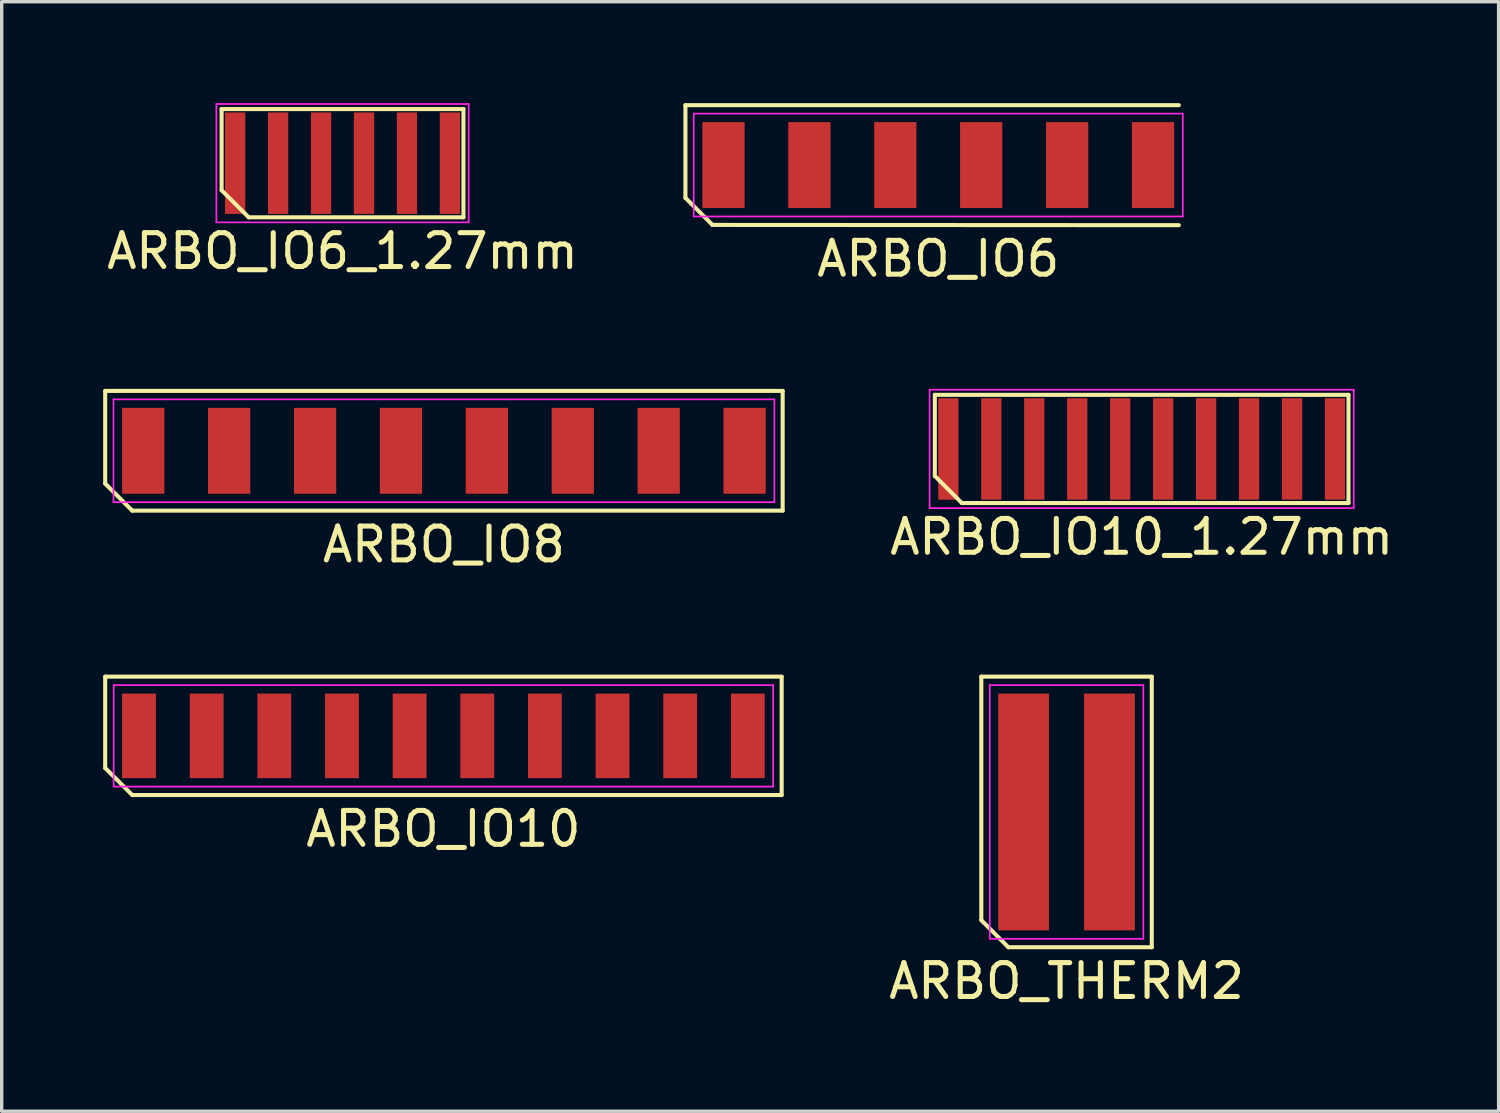
<source format=kicad_pcb>
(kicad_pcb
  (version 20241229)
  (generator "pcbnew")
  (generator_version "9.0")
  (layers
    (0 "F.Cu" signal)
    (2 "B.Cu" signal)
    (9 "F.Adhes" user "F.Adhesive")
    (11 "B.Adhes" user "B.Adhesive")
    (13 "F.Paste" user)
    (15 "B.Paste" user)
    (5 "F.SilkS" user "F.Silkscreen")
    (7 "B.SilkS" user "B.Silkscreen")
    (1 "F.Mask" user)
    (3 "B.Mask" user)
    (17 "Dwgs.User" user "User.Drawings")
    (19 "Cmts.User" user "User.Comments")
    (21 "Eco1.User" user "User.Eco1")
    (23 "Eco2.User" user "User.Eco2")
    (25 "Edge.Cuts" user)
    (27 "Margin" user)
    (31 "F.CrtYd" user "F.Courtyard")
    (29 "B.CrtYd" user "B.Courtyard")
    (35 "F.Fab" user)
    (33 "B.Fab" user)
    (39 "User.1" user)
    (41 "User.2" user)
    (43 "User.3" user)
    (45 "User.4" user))
  (footprint "ARBO_IO6_1.27mm"
    (layer "F.Cu")
    (at 7.077 1.775)
    (property "Reference" "ARBO_IO6_1.27mm" (at 0 2.6 0) (layer "F.SilkS") (effects (font (size 1 1) (thickness 0.15))))
    (attr smd)
    (fp_line (start -3.575 -1.6) (end 3.575 -1.6) (stroke (width 0.12) (type solid)) (layer "F.SilkS"))
    (fp_line (start -3.575 0.8) (end -3.575 -1.6) (stroke (width 0.12) (type solid)) (layer "F.SilkS"))
    (fp_line (start -2.775 1.6) (end -3.575 0.8) (stroke (width 0.12) (type solid)) (layer "F.SilkS"))
    (fp_line (start 3.575 -1.6) (end 3.575 1.6) (stroke (width 0.12) (type solid)) (layer "F.SilkS"))
    (fp_line (start 3.575 1.6) (end -2.775 1.6) (stroke (width 0.12) (type solid)) (layer "F.SilkS"))
    (fp_line (start -3.73 -1.75) (end 3.73 -1.75) (stroke (width 0.05) (type solid)) (layer "F.CrtYd"))
    (fp_line (start -3.73 1.75) (end -3.73 -1.75) (stroke (width 0.05) (type solid)) (layer "F.CrtYd"))
    (fp_line (start 3.73 -1.75) (end 3.73 1.75) (stroke (width 0.05) (type solid)) (layer "F.CrtYd"))
    (fp_line (start 3.73 1.75) (end -3.73 1.75) (stroke (width 0.05) (type solid)) (layer "F.CrtYd"))
    (pad "1" smd rect (at -3.175 0) (size 0.6 3) (layers "F.Cu" "F.Mask" "F.Paste"))
    (pad "2" smd rect (at -1.905 0) (size 0.6 3) (layers "F.Cu" "F.Mask" "F.Paste"))
    (pad "3" smd rect (at -0.635 0) (size 0.6 3) (layers "F.Cu" "F.Mask" "F.Paste"))
    (pad "4" smd rect (at 0.635 0) (size 0.6 3) (layers "F.Cu" "F.Mask" "F.Paste"))
    (pad "5" smd rect (at 1.905 0) (size 0.6 3) (layers "F.Cu" "F.Mask" "F.Paste"))
    (pad "6" smd rect (at 3.175 0) (size 0.6 3) (layers "F.Cu" "F.Mask" "F.Paste")))
  (footprint "ARBO_IO6"
    (layer "F.Cu")
    (at 24.69 1.83)
    (property "Reference" "ARBO_IO6" (at 0 2.77 0) (layer "F.SilkS") (effects (font (size 1 1) (thickness 0.15))))
    (attr smd)
    (fp_line (start -7.475 -1.77) (end 7.112 -1.77) (stroke (width 0.12) (type solid)) (layer "F.SilkS"))
    (fp_line (start -7.475 0.97) (end -7.475 -1.77) (stroke (width 0.12) (type solid)) (layer "F.SilkS"))
    (fp_line (start -6.675 1.77) (end -7.475 0.97) (stroke (width 0.12) (type solid)) (layer "F.SilkS"))
    (fp_line (start 7.112 1.778) (end -6.675 1.77) (stroke (width 0.12) (type solid)) (layer "F.SilkS"))
    (fp_line (start -7.23 -1.52) (end 7.23 -1.52) (stroke (width 0.05) (type solid)) (layer "F.CrtYd"))
    (fp_line (start -7.23 1.52) (end -7.23 -1.52) (stroke (width 0.05) (type solid)) (layer "F.CrtYd"))
    (fp_line (start 7.23 -1.52) (end 7.23 1.52) (stroke (width 0.05) (type solid)) (layer "F.CrtYd"))
    (fp_line (start 7.23 1.52) (end -7.23 1.52) (stroke (width 0.05) (type solid)) (layer "F.CrtYd"))
    (pad "1" smd rect (at -6.35 0) (size 1.25 2.54) (layers "F.Cu" "F.Mask" "F.Paste"))
    (pad "2" smd rect (at -3.81 0) (size 1.25 2.54) (layers "F.Cu" "F.Mask" "F.Paste"))
    (pad "3" smd rect (at -1.27 0) (size 1.25 2.54) (layers "F.Cu" "F.Mask" "F.Paste"))
    (pad "4" smd rect (at 1.27 0) (size 1.25 2.54) (layers "F.Cu" "F.Mask" "F.Paste"))
    (pad "5" smd rect (at 3.81 0) (size 1.25 2.54) (layers "F.Cu" "F.Mask" "F.Paste"))
    (pad "6" smd rect (at 6.35 0) (size 1.25 2.54) (layers "F.Cu" "F.Mask" "F.Paste")))
  (footprint "ARBO_IO10"
    (layer "F.Cu")
    (at 10.06 18.706)
    (property "Reference" "ARBO_IO10" (at 0 2.75 0) (layer "F.SilkS") (effects (font (size 1 1) (thickness 0.15))))
    (attr smd)
    (fp_line (start -10 -1.75) (end 10 -1.75) (stroke (width 0.12) (type solid)) (layer "F.SilkS"))
    (fp_line (start -10 0.95) (end -10 -1.75) (stroke (width 0.12) (type solid)) (layer "F.SilkS"))
    (fp_line (start -9.2 1.75) (end -10 0.95) (stroke (width 0.12) (type solid)) (layer "F.SilkS"))
    (fp_line (start 10 -1.75) (end 10 1.75) (stroke (width 0.12) (type solid)) (layer "F.SilkS"))
    (fp_line (start 10 1.75) (end -9.2 1.75) (stroke (width 0.12) (type solid)) (layer "F.SilkS"))
    (fp_line (start -9.75 -1.5) (end 9.75 -1.5) (stroke (width 0.05) (type solid)) (layer "F.CrtYd"))
    (fp_line (start -9.75 1.5) (end -9.75 -1.5) (stroke (width 0.05) (type solid)) (layer "F.CrtYd"))
    (fp_line (start 9.75 -1.5) (end 9.75 1.5) (stroke (width 0.05) (type solid)) (layer "F.CrtYd"))
    (fp_line (start 9.75 1.5) (end -9.75 1.5) (stroke (width 0.05) (type solid)) (layer "F.CrtYd"))
    (pad "1" smd rect (at -9 0) (size 1 2.5) (layers "F.Cu" "F.Mask" "F.Paste"))
    (pad "2" smd rect (at -7 0) (size 1 2.5) (layers "F.Cu" "F.Mask" "F.Paste"))
    (pad "3" smd rect (at -5 0) (size 1 2.5) (layers "F.Cu" "F.Mask" "F.Paste"))
    (pad "4" smd rect (at -3 0) (size 1 2.5) (layers "F.Cu" "F.Mask" "F.Paste"))
    (pad "5" smd rect (at -1 0) (size 1 2.5) (layers "F.Cu" "F.Mask" "F.Paste"))
    (pad "6" smd rect (at 1 0) (size 1 2.5) (layers "F.Cu" "F.Mask" "F.Paste"))
    (pad "7" smd rect (at 3 0) (size 1 2.5) (layers "F.Cu" "F.Mask" "F.Paste"))
    (pad "8" smd rect (at 5 0) (size 1 2.5) (layers "F.Cu" "F.Mask" "F.Paste"))
    (pad "9" smd rect (at 7 0) (size 1 2.5) (layers "F.Cu" "F.Mask" "F.Paste"))
    (pad "10" smd rect (at 9 0) (size 1 2.5) (layers "F.Cu" "F.Mask" "F.Paste")))
  (footprint "ARBO_IO8"
    (layer "F.Cu")
    (at 10.075 10.278)
    (property "Reference" "ARBO_IO8" (at 0 2.77 0) (layer "F.SilkS") (effects (font (size 1 1) (thickness 0.15))))
    (attr smd)
    (fp_line (start -10.015 -1.77) (end 10.015 -1.77) (stroke (width 0.12) (type solid)) (layer "F.SilkS"))
    (fp_line (start -10.015 0.97) (end -10.015 -1.77) (stroke (width 0.12) (type solid)) (layer "F.SilkS"))
    (fp_line (start -9.215 1.77) (end -10.015 0.97) (stroke (width 0.12) (type solid)) (layer "F.SilkS"))
    (fp_line (start 10.015 -1.77) (end 10.015 1.77) (stroke (width 0.12) (type solid)) (layer "F.SilkS"))
    (fp_line (start 10.015 1.77) (end -9.215 1.77) (stroke (width 0.12) (type solid)) (layer "F.SilkS"))
    (fp_line (start -9.77 -1.52) (end 9.77 -1.52) (stroke (width 0.05) (type solid)) (layer "F.CrtYd"))
    (fp_line (start -9.77 1.52) (end -9.77 -1.52) (stroke (width 0.05) (type solid)) (layer "F.CrtYd"))
    (fp_line (start 9.77 -1.52) (end 9.77 1.52) (stroke (width 0.05) (type solid)) (layer "F.CrtYd"))
    (fp_line (start 9.77 1.52) (end -9.77 1.52) (stroke (width 0.05) (type solid)) (layer "F.CrtYd"))
    (pad "1" smd rect (at -8.89 0) (size 1.25 2.54) (layers "F.Cu" "F.Mask" "F.Paste"))
    (pad "2" smd rect (at -6.35 0) (size 1.25 2.54) (layers "F.Cu" "F.Mask" "F.Paste"))
    (pad "3" smd rect (at -3.81 0) (size 1.25 2.54) (layers "F.Cu" "F.Mask" "F.Paste"))
    (pad "4" smd rect (at -1.27 0) (size 1.25 2.54) (layers "F.Cu" "F.Mask" "F.Paste"))
    (pad "5" smd rect (at 1.27 0) (size 1.25 2.54) (layers "F.Cu" "F.Mask" "F.Paste"))
    (pad "6" smd rect (at 3.81 0) (size 1.25 2.54) (layers "F.Cu" "F.Mask" "F.Paste"))
    (pad "7" smd rect (at 6.35 0) (size 1.25 2.54) (layers "F.Cu" "F.Mask" "F.Paste"))
    (pad "8" smd rect (at 8.89 0) (size 1.25 2.54) (layers "F.Cu" "F.Mask" "F.Paste")))
  (footprint "ARBO_THERM2"
    (layer "F.Cu")
    (at 28.483 20.956)
    (property "Reference" "ARBO_THERM2" (at 0 5 0) (layer "F.SilkS") (effects (font (size 1 1) (thickness 0.15))))
    (attr smd)
    (fp_line (start -2.52 -4) (end 2.52 -4) (stroke (width 0.12) (type solid)) (layer "F.SilkS"))
    (fp_line (start -2.52 3.2) (end -2.52 -4) (stroke (width 0.12) (type solid)) (layer "F.SilkS"))
    (fp_line (start -1.72 4) (end -2.52 3.2) (stroke (width 0.12) (type solid)) (layer "F.SilkS"))
    (fp_line (start 2.52 -4) (end 2.52 4) (stroke (width 0.12) (type solid)) (layer "F.SilkS"))
    (fp_line (start 2.52 4) (end -1.72 4) (stroke (width 0.12) (type solid)) (layer "F.SilkS"))
    (fp_line (start -2.27 -3.75) (end 2.27 -3.75) (stroke (width 0.05) (type solid)) (layer "F.CrtYd"))
    (fp_line (start -2.27 3.75) (end -2.27 -3.75) (stroke (width 0.05) (type solid)) (layer "F.CrtYd"))
    (fp_line (start 2.27 -3.75) (end 2.27 3.75) (stroke (width 0.05) (type solid)) (layer "F.CrtYd"))
    (fp_line (start 2.27 3.75) (end -2.27 3.75) (stroke (width 0.05) (type solid)) (layer "F.CrtYd"))
    (pad "1" smd rect (at -1.27 0) (size 1.5 7) (layers "F.Cu" "F.Mask" "F.Paste"))
    (pad "2" smd rect (at 1.27 0) (size 1.5 7) (layers "F.Cu" "F.Mask" "F.Paste")))
  (footprint "ARBO_IO10_1.27mm"
    (layer "F.Cu")
    (at 30.704 10.223)
    (property "Reference" "ARBO_IO10_1.27mm" (at 0 2.6 0) (layer "F.SilkS") (effects (font (size 1 1) (thickness 0.15))))
    (attr smd)
    (fp_line (start -6.115 -1.6) (end 6.115 -1.6) (stroke (width 0.12) (type solid)) (layer "F.SilkS"))
    (fp_line (start -6.115 0.8) (end -6.115 -1.6) (stroke (width 0.12) (type solid)) (layer "F.SilkS"))
    (fp_line (start -5.315 1.6) (end -6.115 0.8) (stroke (width 0.12) (type solid)) (layer "F.SilkS"))
    (fp_line (start 6.115 -1.6) (end 6.115 1.6) (stroke (width 0.12) (type solid)) (layer "F.SilkS"))
    (fp_line (start 6.115 1.6) (end -5.315 1.6) (stroke (width 0.12) (type solid)) (layer "F.SilkS"))
    (fp_line (start -6.27 -1.75) (end 6.27 -1.75) (stroke (width 0.05) (type solid)) (layer "F.CrtYd"))
    (fp_line (start -6.27 1.75) (end -6.27 -1.75) (stroke (width 0.05) (type solid)) (layer "F.CrtYd"))
    (fp_line (start 6.27 -1.75) (end 6.27 1.75) (stroke (width 0.05) (type solid)) (layer "F.CrtYd"))
    (fp_line (start 6.27 1.75) (end -6.27 1.75) (stroke (width 0.05) (type solid)) (layer "F.CrtYd"))
    (pad "1" smd rect (at -5.715 0) (size 0.6 3) (layers "F.Cu" "F.Mask" "F.Paste"))
    (pad "2" smd rect (at -4.445 0) (size 0.6 3) (layers "F.Cu" "F.Mask" "F.Paste"))
    (pad "3" smd rect (at -3.175 0) (size 0.6 3) (layers "F.Cu" "F.Mask" "F.Paste"))
    (pad "4" smd rect (at -1.905 0) (size 0.6 3) (layers "F.Cu" "F.Mask" "F.Paste"))
    (pad "5" smd rect (at -0.635 0) (size 0.6 3) (layers "F.Cu" "F.Mask" "F.Paste"))
    (pad "6" smd rect (at 0.635 0) (size 0.6 3) (layers "F.Cu" "F.Mask" "F.Paste"))
    (pad "7" smd rect (at 1.905 0) (size 0.6 3) (layers "F.Cu" "F.Mask" "F.Paste"))
    (pad "8" smd rect (at 3.175 0) (size 0.6 3) (layers "F.Cu" "F.Mask" "F.Paste"))
    (pad "9" smd rect (at 4.445 0) (size 0.6 3) (layers "F.Cu" "F.Mask" "F.Paste"))
    (pad "10" smd rect (at 5.715 0) (size 0.6 3) (layers "F.Cu" "F.Mask" "F.Paste")))
  (gr_rect
    (start -3 -3)
    (end 41.257 29.805)
    (stroke (width 0.1) (type default))
    (fill no)
    (layer "Edge.Cuts")))
</source>
